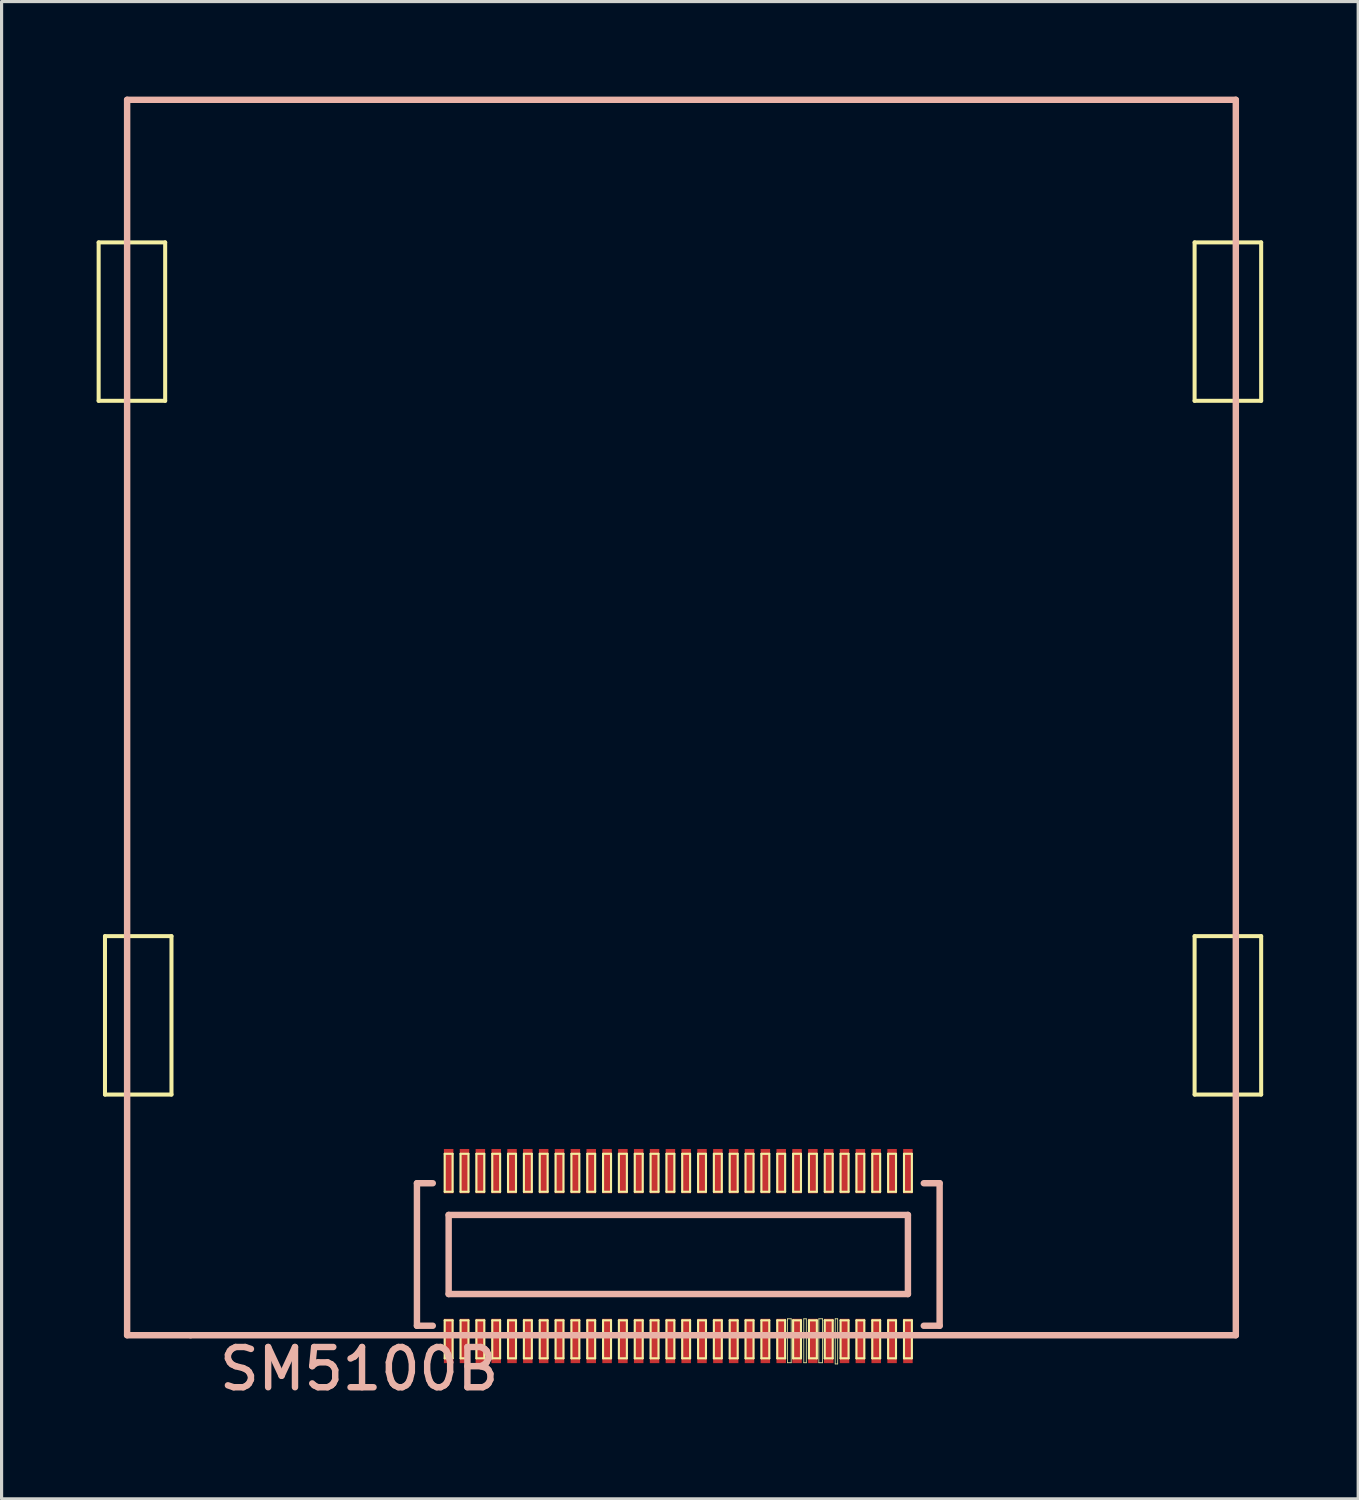
<source format=kicad_pcb>
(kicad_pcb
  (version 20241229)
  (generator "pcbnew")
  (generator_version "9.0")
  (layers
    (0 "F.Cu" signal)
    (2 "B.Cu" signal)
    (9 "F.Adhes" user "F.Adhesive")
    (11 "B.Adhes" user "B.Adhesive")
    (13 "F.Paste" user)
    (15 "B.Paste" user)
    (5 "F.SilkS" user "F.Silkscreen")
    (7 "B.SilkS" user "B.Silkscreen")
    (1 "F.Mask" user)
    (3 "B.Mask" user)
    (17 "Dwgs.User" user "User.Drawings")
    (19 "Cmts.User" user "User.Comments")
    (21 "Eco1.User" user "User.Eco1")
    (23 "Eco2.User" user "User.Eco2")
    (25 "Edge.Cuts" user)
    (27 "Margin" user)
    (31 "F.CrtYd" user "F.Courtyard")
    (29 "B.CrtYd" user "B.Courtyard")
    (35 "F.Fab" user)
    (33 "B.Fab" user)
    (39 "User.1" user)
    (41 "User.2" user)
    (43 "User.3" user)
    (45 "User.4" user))
  (footprint "SM5100B"
    (layer "F.Cu")
    (at 18.362 36.601)
    (property "Reference" "SM5100B" (at -10.074 3.564 0) (layer "B.SilkS") (effects (font (size 1.27 1.27) (thickness 0.203))))
    (attr smd)
    (fp_line (start -18.298 -31.999) (end -18.298 -26.998) (stroke (width 0.127) (type solid)) (layer "F.SilkS"))
    (fp_line (start -18.298 -26.998) (end -16.198 -26.998) (stroke (width 0.127) (type solid)) (layer "F.SilkS"))
    (fp_line (start -18.098 -10.099) (end -18.098 -5.098) (stroke (width 0.127) (type solid)) (layer "F.SilkS"))
    (fp_line (start -18.098 -5.098) (end -15.999 -5.098) (stroke (width 0.127) (type solid)) (layer "F.SilkS"))
    (fp_line (start -16.198 -31.999) (end -18.298 -31.999) (stroke (width 0.127) (type solid)) (layer "F.SilkS"))
    (fp_line (start -16.198 -26.998) (end -16.198 -31.999) (stroke (width 0.127) (type solid)) (layer "F.SilkS"))
    (fp_line (start -15.999 -10.099) (end -18.098 -10.099) (stroke (width 0.127) (type solid)) (layer "F.SilkS"))
    (fp_line (start -15.999 -5.098) (end -15.999 -10.099) (stroke (width 0.127) (type solid)) (layer "F.SilkS"))
    (fp_line (start -7.374 -3.228) (end -7.125 -3.228) (stroke (width 0.066) (type solid)) (layer "F.SilkS"))
    (fp_line (start -7.374 -2.029) (end -7.374 -3.228) (stroke (width 0.066) (type solid)) (layer "F.SilkS"))
    (fp_line (start -7.374 -2.029) (end -7.125 -2.029) (stroke (width 0.066) (type solid)) (layer "F.SilkS"))
    (fp_line (start -7.374 2.029) (end -7.125 2.029) (stroke (width 0.066) (type solid)) (layer "F.SilkS"))
    (fp_line (start -7.374 3.228) (end -7.374 2.029) (stroke (width 0.066) (type solid)) (layer "F.SilkS"))
    (fp_line (start -7.374 3.228) (end -7.125 3.228) (stroke (width 0.066) (type solid)) (layer "F.SilkS"))
    (fp_line (start -7.125 -2.029) (end -7.125 -3.228) (stroke (width 0.066) (type solid)) (layer "F.SilkS"))
    (fp_line (start -7.125 3.228) (end -7.125 2.029) (stroke (width 0.066) (type solid)) (layer "F.SilkS"))
    (fp_line (start -6.873 -3.228) (end -6.624 -3.228) (stroke (width 0.066) (type solid)) (layer "F.SilkS"))
    (fp_line (start -6.873 -2.029) (end -6.873 -3.228) (stroke (width 0.066) (type solid)) (layer "F.SilkS"))
    (fp_line (start -6.873 -2.029) (end -6.624 -2.029) (stroke (width 0.066) (type solid)) (layer "F.SilkS"))
    (fp_line (start -6.873 2.029) (end -6.624 2.029) (stroke (width 0.066) (type solid)) (layer "F.SilkS"))
    (fp_line (start -6.873 3.228) (end -6.873 2.029) (stroke (width 0.066) (type solid)) (layer "F.SilkS"))
    (fp_line (start -6.873 3.228) (end -6.624 3.228) (stroke (width 0.066) (type solid)) (layer "F.SilkS"))
    (fp_line (start -6.624 -2.029) (end -6.624 -3.228) (stroke (width 0.066) (type solid)) (layer "F.SilkS"))
    (fp_line (start -6.624 3.228) (end -6.624 2.029) (stroke (width 0.066) (type solid)) (layer "F.SilkS"))
    (fp_line (start -6.373 -3.228) (end -6.124 -3.228) (stroke (width 0.066) (type solid)) (layer "F.SilkS"))
    (fp_line (start -6.373 -2.029) (end -6.373 -3.228) (stroke (width 0.066) (type solid)) (layer "F.SilkS"))
    (fp_line (start -6.373 -2.029) (end -6.124 -2.029) (stroke (width 0.066) (type solid)) (layer "F.SilkS"))
    (fp_line (start -6.373 2.029) (end -6.124 2.029) (stroke (width 0.066) (type solid)) (layer "F.SilkS"))
    (fp_line (start -6.373 3.228) (end -6.373 2.029) (stroke (width 0.066) (type solid)) (layer "F.SilkS"))
    (fp_line (start -6.373 3.228) (end -6.124 3.228) (stroke (width 0.066) (type solid)) (layer "F.SilkS"))
    (fp_line (start -6.124 -2.029) (end -6.124 -3.228) (stroke (width 0.066) (type solid)) (layer "F.SilkS"))
    (fp_line (start -6.124 3.228) (end -6.124 2.029) (stroke (width 0.066) (type solid)) (layer "F.SilkS"))
    (fp_line (start -5.872 -3.228) (end -5.624 -3.228) (stroke (width 0.066) (type solid)) (layer "F.SilkS"))
    (fp_line (start -5.872 -2.029) (end -5.872 -3.228) (stroke (width 0.066) (type solid)) (layer "F.SilkS"))
    (fp_line (start -5.872 -2.029) (end -5.624 -2.029) (stroke (width 0.066) (type solid)) (layer "F.SilkS"))
    (fp_line (start -5.872 2.029) (end -5.624 2.029) (stroke (width 0.066) (type solid)) (layer "F.SilkS"))
    (fp_line (start -5.872 3.228) (end -5.872 2.029) (stroke (width 0.066) (type solid)) (layer "F.SilkS"))
    (fp_line (start -5.872 3.228) (end -5.624 3.228) (stroke (width 0.066) (type solid)) (layer "F.SilkS"))
    (fp_line (start -5.624 -2.029) (end -5.624 -3.228) (stroke (width 0.066) (type solid)) (layer "F.SilkS"))
    (fp_line (start -5.624 3.228) (end -5.624 2.029) (stroke (width 0.066) (type solid)) (layer "F.SilkS"))
    (fp_line (start -5.375 -3.228) (end -5.123 -3.228) (stroke (width 0.066) (type solid)) (layer "F.SilkS"))
    (fp_line (start -5.375 -2.029) (end -5.375 -3.228) (stroke (width 0.066) (type solid)) (layer "F.SilkS"))
    (fp_line (start -5.375 -2.029) (end -5.123 -2.029) (stroke (width 0.066) (type solid)) (layer "F.SilkS"))
    (fp_line (start -5.375 2.029) (end -5.123 2.029) (stroke (width 0.066) (type solid)) (layer "F.SilkS"))
    (fp_line (start -5.375 3.228) (end -5.375 2.029) (stroke (width 0.066) (type solid)) (layer "F.SilkS"))
    (fp_line (start -5.375 3.228) (end -5.123 3.228) (stroke (width 0.066) (type solid)) (layer "F.SilkS"))
    (fp_line (start -5.123 -2.029) (end -5.123 -3.228) (stroke (width 0.066) (type solid)) (layer "F.SilkS"))
    (fp_line (start -5.123 3.228) (end -5.123 2.029) (stroke (width 0.066) (type solid)) (layer "F.SilkS"))
    (fp_line (start -4.874 -3.228) (end -4.623 -3.228) (stroke (width 0.066) (type solid)) (layer "F.SilkS"))
    (fp_line (start -4.874 -2.029) (end -4.874 -3.228) (stroke (width 0.066) (type solid)) (layer "F.SilkS"))
    (fp_line (start -4.874 -2.029) (end -4.623 -2.029) (stroke (width 0.066) (type solid)) (layer "F.SilkS"))
    (fp_line (start -4.874 2.029) (end -4.623 2.029) (stroke (width 0.066) (type solid)) (layer "F.SilkS"))
    (fp_line (start -4.874 3.228) (end -4.874 2.029) (stroke (width 0.066) (type solid)) (layer "F.SilkS"))
    (fp_line (start -4.874 3.228) (end -4.623 3.228) (stroke (width 0.066) (type solid)) (layer "F.SilkS"))
    (fp_line (start -4.623 -2.029) (end -4.623 -3.228) (stroke (width 0.066) (type solid)) (layer "F.SilkS"))
    (fp_line (start -4.623 3.228) (end -4.623 2.029) (stroke (width 0.066) (type solid)) (layer "F.SilkS"))
    (fp_line (start -4.374 -3.228) (end -4.125 -3.228) (stroke (width 0.066) (type solid)) (layer "F.SilkS"))
    (fp_line (start -4.374 -2.029) (end -4.374 -3.228) (stroke (width 0.066) (type solid)) (layer "F.SilkS"))
    (fp_line (start -4.374 -2.029) (end -4.125 -2.029) (stroke (width 0.066) (type solid)) (layer "F.SilkS"))
    (fp_line (start -4.374 2.029) (end -4.125 2.029) (stroke (width 0.066) (type solid)) (layer "F.SilkS"))
    (fp_line (start -4.374 3.228) (end -4.374 2.029) (stroke (width 0.066) (type solid)) (layer "F.SilkS"))
    (fp_line (start -4.374 3.228) (end -4.125 3.228) (stroke (width 0.066) (type solid)) (layer "F.SilkS"))
    (fp_line (start -4.125 -2.029) (end -4.125 -3.228) (stroke (width 0.066) (type solid)) (layer "F.SilkS"))
    (fp_line (start -4.125 3.228) (end -4.125 2.029) (stroke (width 0.066) (type solid)) (layer "F.SilkS"))
    (fp_line (start -3.873 -3.228) (end -3.625 -3.228) (stroke (width 0.066) (type solid)) (layer "F.SilkS"))
    (fp_line (start -3.873 -2.029) (end -3.873 -3.228) (stroke (width 0.066) (type solid)) (layer "F.SilkS"))
    (fp_line (start -3.873 -2.029) (end -3.625 -2.029) (stroke (width 0.066) (type solid)) (layer "F.SilkS"))
    (fp_line (start -3.873 2.029) (end -3.625 2.029) (stroke (width 0.066) (type solid)) (layer "F.SilkS"))
    (fp_line (start -3.873 3.228) (end -3.873 2.029) (stroke (width 0.066) (type solid)) (layer "F.SilkS"))
    (fp_line (start -3.873 3.228) (end -3.625 3.228) (stroke (width 0.066) (type solid)) (layer "F.SilkS"))
    (fp_line (start -3.625 -2.029) (end -3.625 -3.228) (stroke (width 0.066) (type solid)) (layer "F.SilkS"))
    (fp_line (start -3.625 3.228) (end -3.625 2.029) (stroke (width 0.066) (type solid)) (layer "F.SilkS"))
    (fp_line (start -3.373 -3.228) (end -3.124 -3.228) (stroke (width 0.066) (type solid)) (layer "F.SilkS"))
    (fp_line (start -3.373 -2.029) (end -3.373 -3.228) (stroke (width 0.066) (type solid)) (layer "F.SilkS"))
    (fp_line (start -3.373 -2.029) (end -3.124 -2.029) (stroke (width 0.066) (type solid)) (layer "F.SilkS"))
    (fp_line (start -3.373 2.029) (end -3.124 2.029) (stroke (width 0.066) (type solid)) (layer "F.SilkS"))
    (fp_line (start -3.373 3.228) (end -3.373 2.029) (stroke (width 0.066) (type solid)) (layer "F.SilkS"))
    (fp_line (start -3.373 3.228) (end -3.124 3.228) (stroke (width 0.066) (type solid)) (layer "F.SilkS"))
    (fp_line (start -3.124 -2.029) (end -3.124 -3.228) (stroke (width 0.066) (type solid)) (layer "F.SilkS"))
    (fp_line (start -3.124 3.228) (end -3.124 2.029) (stroke (width 0.066) (type solid)) (layer "F.SilkS"))
    (fp_line (start -2.873 -3.228) (end -2.624 -3.228) (stroke (width 0.066) (type solid)) (layer "F.SilkS"))
    (fp_line (start -2.873 -2.029) (end -2.873 -3.228) (stroke (width 0.066) (type solid)) (layer "F.SilkS"))
    (fp_line (start -2.873 -2.029) (end -2.624 -2.029) (stroke (width 0.066) (type solid)) (layer "F.SilkS"))
    (fp_line (start -2.873 2.029) (end -2.624 2.029) (stroke (width 0.066) (type solid)) (layer "F.SilkS"))
    (fp_line (start -2.873 3.228) (end -2.873 2.029) (stroke (width 0.066) (type solid)) (layer "F.SilkS"))
    (fp_line (start -2.873 3.228) (end -2.624 3.228) (stroke (width 0.066) (type solid)) (layer "F.SilkS"))
    (fp_line (start -2.624 -2.029) (end -2.624 -3.228) (stroke (width 0.066) (type solid)) (layer "F.SilkS"))
    (fp_line (start -2.624 3.228) (end -2.624 2.029) (stroke (width 0.066) (type solid)) (layer "F.SilkS"))
    (fp_line (start -2.375 -3.228) (end -2.123 -3.228) (stroke (width 0.066) (type solid)) (layer "F.SilkS"))
    (fp_line (start -2.375 -2.029) (end -2.375 -3.228) (stroke (width 0.066) (type solid)) (layer "F.SilkS"))
    (fp_line (start -2.375 -2.029) (end -2.123 -2.029) (stroke (width 0.066) (type solid)) (layer "F.SilkS"))
    (fp_line (start -2.375 2.029) (end -2.123 2.029) (stroke (width 0.066) (type solid)) (layer "F.SilkS"))
    (fp_line (start -2.375 3.228) (end -2.375 2.029) (stroke (width 0.066) (type solid)) (layer "F.SilkS"))
    (fp_line (start -2.375 3.228) (end -2.123 3.228) (stroke (width 0.066) (type solid)) (layer "F.SilkS"))
    (fp_line (start -2.123 -2.029) (end -2.123 -3.228) (stroke (width 0.066) (type solid)) (layer "F.SilkS"))
    (fp_line (start -2.123 3.228) (end -2.123 2.029) (stroke (width 0.066) (type solid)) (layer "F.SilkS"))
    (fp_line (start -1.875 -3.228) (end -1.623 -3.228) (stroke (width 0.066) (type solid)) (layer "F.SilkS"))
    (fp_line (start -1.875 -2.029) (end -1.875 -3.228) (stroke (width 0.066) (type solid)) (layer "F.SilkS"))
    (fp_line (start -1.875 -2.029) (end -1.623 -2.029) (stroke (width 0.066) (type solid)) (layer "F.SilkS"))
    (fp_line (start -1.875 2.029) (end -1.623 2.029) (stroke (width 0.066) (type solid)) (layer "F.SilkS"))
    (fp_line (start -1.875 3.228) (end -1.875 2.029) (stroke (width 0.066) (type solid)) (layer "F.SilkS"))
    (fp_line (start -1.875 3.228) (end -1.623 3.228) (stroke (width 0.066) (type solid)) (layer "F.SilkS"))
    (fp_line (start -1.623 -2.029) (end -1.623 -3.228) (stroke (width 0.066) (type solid)) (layer "F.SilkS"))
    (fp_line (start -1.623 3.228) (end -1.623 2.029) (stroke (width 0.066) (type solid)) (layer "F.SilkS"))
    (fp_line (start -1.374 -3.228) (end -1.123 -3.228) (stroke (width 0.066) (type solid)) (layer "F.SilkS"))
    (fp_line (start -1.374 -2.029) (end -1.374 -3.228) (stroke (width 0.066) (type solid)) (layer "F.SilkS"))
    (fp_line (start -1.374 -2.029) (end -1.123 -2.029) (stroke (width 0.066) (type solid)) (layer "F.SilkS"))
    (fp_line (start -1.374 2.029) (end -1.123 2.029) (stroke (width 0.066) (type solid)) (layer "F.SilkS"))
    (fp_line (start -1.374 3.228) (end -1.374 2.029) (stroke (width 0.066) (type solid)) (layer "F.SilkS"))
    (fp_line (start -1.374 3.228) (end -1.123 3.228) (stroke (width 0.066) (type solid)) (layer "F.SilkS"))
    (fp_line (start -1.123 -2.029) (end -1.123 -3.228) (stroke (width 0.066) (type solid)) (layer "F.SilkS"))
    (fp_line (start -1.123 3.228) (end -1.123 2.029) (stroke (width 0.066) (type solid)) (layer "F.SilkS"))
    (fp_line (start -0.874 -3.228) (end -0.625 -3.228) (stroke (width 0.066) (type solid)) (layer "F.SilkS"))
    (fp_line (start -0.874 -2.029) (end -0.874 -3.228) (stroke (width 0.066) (type solid)) (layer "F.SilkS"))
    (fp_line (start -0.874 -2.029) (end -0.625 -2.029) (stroke (width 0.066) (type solid)) (layer "F.SilkS"))
    (fp_line (start -0.874 2.029) (end -0.625 2.029) (stroke (width 0.066) (type solid)) (layer "F.SilkS"))
    (fp_line (start -0.874 3.228) (end -0.874 2.029) (stroke (width 0.066) (type solid)) (layer "F.SilkS"))
    (fp_line (start -0.874 3.228) (end -0.625 3.228) (stroke (width 0.066) (type solid)) (layer "F.SilkS"))
    (fp_line (start -0.625 -2.029) (end -0.625 -3.228) (stroke (width 0.066) (type solid)) (layer "F.SilkS"))
    (fp_line (start -0.625 3.228) (end -0.625 2.029) (stroke (width 0.066) (type solid)) (layer "F.SilkS"))
    (fp_line (start -0.373 -3.228) (end -0.124 -3.228) (stroke (width 0.066) (type solid)) (layer "F.SilkS"))
    (fp_line (start -0.373 -2.029) (end -0.373 -3.228) (stroke (width 0.066) (type solid)) (layer "F.SilkS"))
    (fp_line (start -0.373 -2.029) (end -0.124 -2.029) (stroke (width 0.066) (type solid)) (layer "F.SilkS"))
    (fp_line (start -0.373 2.029) (end -0.124 2.029) (stroke (width 0.066) (type solid)) (layer "F.SilkS"))
    (fp_line (start -0.373 3.228) (end -0.373 2.029) (stroke (width 0.066) (type solid)) (layer "F.SilkS"))
    (fp_line (start -0.373 3.228) (end -0.124 3.228) (stroke (width 0.066) (type solid)) (layer "F.SilkS"))
    (fp_line (start -0.124 -2.029) (end -0.124 -3.228) (stroke (width 0.066) (type solid)) (layer "F.SilkS"))
    (fp_line (start -0.124 3.228) (end -0.124 2.029) (stroke (width 0.066) (type solid)) (layer "F.SilkS"))
    (fp_line (start 0.124 -3.228) (end 0.373 -3.228) (stroke (width 0.066) (type solid)) (layer "F.SilkS"))
    (fp_line (start 0.124 -2.029) (end 0.124 -3.228) (stroke (width 0.066) (type solid)) (layer "F.SilkS"))
    (fp_line (start 0.124 -2.029) (end 0.373 -2.029) (stroke (width 0.066) (type solid)) (layer "F.SilkS"))
    (fp_line (start 0.124 2.029) (end 0.373 2.029) (stroke (width 0.066) (type solid)) (layer "F.SilkS"))
    (fp_line (start 0.124 3.228) (end 0.124 2.029) (stroke (width 0.066) (type solid)) (layer "F.SilkS"))
    (fp_line (start 0.124 3.228) (end 0.373 3.228) (stroke (width 0.066) (type solid)) (layer "F.SilkS"))
    (fp_line (start 0.373 -2.029) (end 0.373 -3.228) (stroke (width 0.066) (type solid)) (layer "F.SilkS"))
    (fp_line (start 0.373 3.228) (end 0.373 2.029) (stroke (width 0.066) (type solid)) (layer "F.SilkS"))
    (fp_line (start 0.625 -3.228) (end 0.874 -3.228) (stroke (width 0.066) (type solid)) (layer "F.SilkS"))
    (fp_line (start 0.625 -2.029) (end 0.625 -3.228) (stroke (width 0.066) (type solid)) (layer "F.SilkS"))
    (fp_line (start 0.625 -2.029) (end 0.874 -2.029) (stroke (width 0.066) (type solid)) (layer "F.SilkS"))
    (fp_line (start 0.625 2.029) (end 0.874 2.029) (stroke (width 0.066) (type solid)) (layer "F.SilkS"))
    (fp_line (start 0.625 3.228) (end 0.625 2.029) (stroke (width 0.066) (type solid)) (layer "F.SilkS"))
    (fp_line (start 0.625 3.228) (end 0.874 3.228) (stroke (width 0.066) (type solid)) (layer "F.SilkS"))
    (fp_line (start 0.874 -2.029) (end 0.874 -3.228) (stroke (width 0.066) (type solid)) (layer "F.SilkS"))
    (fp_line (start 0.874 3.228) (end 0.874 2.029) (stroke (width 0.066) (type solid)) (layer "F.SilkS"))
    (fp_line (start 1.123 -3.228) (end 1.374 -3.228) (stroke (width 0.066) (type solid)) (layer "F.SilkS"))
    (fp_line (start 1.123 -2.029) (end 1.123 -3.228) (stroke (width 0.066) (type solid)) (layer "F.SilkS"))
    (fp_line (start 1.123 -2.029) (end 1.374 -2.029) (stroke (width 0.066) (type solid)) (layer "F.SilkS"))
    (fp_line (start 1.123 2.029) (end 1.374 2.029) (stroke (width 0.066) (type solid)) (layer "F.SilkS"))
    (fp_line (start 1.123 3.228) (end 1.123 2.029) (stroke (width 0.066) (type solid)) (layer "F.SilkS"))
    (fp_line (start 1.123 3.228) (end 1.374 3.228) (stroke (width 0.066) (type solid)) (layer "F.SilkS"))
    (fp_line (start 1.374 -2.029) (end 1.374 -3.228) (stroke (width 0.066) (type solid)) (layer "F.SilkS"))
    (fp_line (start 1.374 3.228) (end 1.374 2.029) (stroke (width 0.066) (type solid)) (layer "F.SilkS"))
    (fp_line (start 1.623 -3.228) (end 1.875 -3.228) (stroke (width 0.066) (type solid)) (layer "F.SilkS"))
    (fp_line (start 1.623 -2.029) (end 1.623 -3.228) (stroke (width 0.066) (type solid)) (layer "F.SilkS"))
    (fp_line (start 1.623 -2.029) (end 1.875 -2.029) (stroke (width 0.066) (type solid)) (layer "F.SilkS"))
    (fp_line (start 1.623 2.029) (end 1.875 2.029) (stroke (width 0.066) (type solid)) (layer "F.SilkS"))
    (fp_line (start 1.623 3.228) (end 1.623 2.029) (stroke (width 0.066) (type solid)) (layer "F.SilkS"))
    (fp_line (start 1.623 3.228) (end 1.875 3.228) (stroke (width 0.066) (type solid)) (layer "F.SilkS"))
    (fp_line (start 1.875 -2.029) (end 1.875 -3.228) (stroke (width 0.066) (type solid)) (layer "F.SilkS"))
    (fp_line (start 1.875 3.228) (end 1.875 2.029) (stroke (width 0.066) (type solid)) (layer "F.SilkS"))
    (fp_line (start 2.123 -3.228) (end 2.375 -3.228) (stroke (width 0.066) (type solid)) (layer "F.SilkS"))
    (fp_line (start 2.123 -2.029) (end 2.123 -3.228) (stroke (width 0.066) (type solid)) (layer "F.SilkS"))
    (fp_line (start 2.123 -2.029) (end 2.375 -2.029) (stroke (width 0.066) (type solid)) (layer "F.SilkS"))
    (fp_line (start 2.123 2.029) (end 2.375 2.029) (stroke (width 0.066) (type solid)) (layer "F.SilkS"))
    (fp_line (start 2.123 3.228) (end 2.123 2.029) (stroke (width 0.066) (type solid)) (layer "F.SilkS"))
    (fp_line (start 2.123 3.228) (end 2.375 3.228) (stroke (width 0.066) (type solid)) (layer "F.SilkS"))
    (fp_line (start 2.375 -2.029) (end 2.375 -3.228) (stroke (width 0.066) (type solid)) (layer "F.SilkS"))
    (fp_line (start 2.375 3.228) (end 2.375 2.029) (stroke (width 0.066) (type solid)) (layer "F.SilkS"))
    (fp_line (start 2.624 -3.228) (end 2.873 -3.228) (stroke (width 0.066) (type solid)) (layer "F.SilkS"))
    (fp_line (start 2.624 -2.029) (end 2.624 -3.228) (stroke (width 0.066) (type solid)) (layer "F.SilkS"))
    (fp_line (start 2.624 -2.029) (end 2.873 -2.029) (stroke (width 0.066) (type solid)) (layer "F.SilkS"))
    (fp_line (start 2.624 2.029) (end 2.873 2.029) (stroke (width 0.066) (type solid)) (layer "F.SilkS"))
    (fp_line (start 2.624 3.228) (end 2.624 2.029) (stroke (width 0.066) (type solid)) (layer "F.SilkS"))
    (fp_line (start 2.624 3.228) (end 2.873 3.228) (stroke (width 0.066) (type solid)) (layer "F.SilkS"))
    (fp_line (start 2.873 -2.029) (end 2.873 -3.228) (stroke (width 0.066) (type solid)) (layer "F.SilkS"))
    (fp_line (start 2.873 3.228) (end 2.873 2.029) (stroke (width 0.066) (type solid)) (layer "F.SilkS"))
    (fp_line (start 3.124 -3.228) (end 3.373 -3.228) (stroke (width 0.066) (type solid)) (layer "F.SilkS"))
    (fp_line (start 3.124 -2.029) (end 3.124 -3.228) (stroke (width 0.066) (type solid)) (layer "F.SilkS"))
    (fp_line (start 3.124 -2.029) (end 3.373 -2.029) (stroke (width 0.066) (type solid)) (layer "F.SilkS"))
    (fp_line (start 3.124 2.029) (end 3.373 2.029) (stroke (width 0.066) (type solid)) (layer "F.SilkS"))
    (fp_line (start 3.124 3.228) (end 3.124 2.029) (stroke (width 0.066) (type solid)) (layer "F.SilkS"))
    (fp_line (start 3.124 3.228) (end 3.373 3.228) (stroke (width 0.066) (type solid)) (layer "F.SilkS"))
    (fp_line (start 3.373 -2.029) (end 3.373 -3.228) (stroke (width 0.066) (type solid)) (layer "F.SilkS"))
    (fp_line (start 3.373 3.228) (end 3.373 2.029) (stroke (width 0.066) (type solid)) (layer "F.SilkS"))
    (fp_line (start 3.447 1.981) (end 3.564 1.981) (stroke (width 0.025) (type solid)) (layer "F.SilkS"))
    (fp_line (start 3.447 2.019) (end 3.447 1.981) (stroke (width 0.025) (type solid)) (layer "F.SilkS"))
    (fp_line (start 3.447 3.368) (end 3.447 2.019) (stroke (width 0.025) (type solid)) (layer "F.SilkS"))
    (fp_line (start 3.564 1.981) (end 3.564 3.368) (stroke (width 0.025) (type solid)) (layer "F.SilkS"))
    (fp_line (start 3.564 3.368) (end 3.447 3.368) (stroke (width 0.025) (type solid)) (layer "F.SilkS"))
    (fp_line (start 3.625 -3.228) (end 3.873 -3.228) (stroke (width 0.066) (type solid)) (layer "F.SilkS"))
    (fp_line (start 3.625 -2.029) (end 3.625 -3.228) (stroke (width 0.066) (type solid)) (layer "F.SilkS"))
    (fp_line (start 3.625 -2.029) (end 3.873 -2.029) (stroke (width 0.066) (type solid)) (layer "F.SilkS"))
    (fp_line (start 3.625 2.029) (end 3.873 2.029) (stroke (width 0.066) (type solid)) (layer "F.SilkS"))
    (fp_line (start 3.625 3.228) (end 3.625 2.029) (stroke (width 0.066) (type solid)) (layer "F.SilkS"))
    (fp_line (start 3.625 3.228) (end 3.873 3.228) (stroke (width 0.066) (type solid)) (layer "F.SilkS"))
    (fp_line (start 3.873 -2.029) (end 3.873 -3.228) (stroke (width 0.066) (type solid)) (layer "F.SilkS"))
    (fp_line (start 3.873 3.228) (end 3.873 2.029) (stroke (width 0.066) (type solid)) (layer "F.SilkS"))
    (fp_line (start 3.962 1.981) (end 4.041 1.981) (stroke (width 0.025) (type solid)) (layer "F.SilkS"))
    (fp_line (start 3.962 3.368) (end 3.962 1.981) (stroke (width 0.025) (type solid)) (layer "F.SilkS"))
    (fp_line (start 4.041 1.981) (end 4.041 3.368) (stroke (width 0.025) (type solid)) (layer "F.SilkS"))
    (fp_line (start 4.041 3.368) (end 3.962 3.368) (stroke (width 0.025) (type solid)) (layer "F.SilkS"))
    (fp_line (start 4.125 -3.228) (end 4.374 -3.228) (stroke (width 0.066) (type solid)) (layer "F.SilkS"))
    (fp_line (start 4.125 -2.029) (end 4.125 -3.228) (stroke (width 0.066) (type solid)) (layer "F.SilkS"))
    (fp_line (start 4.125 -2.029) (end 4.374 -2.029) (stroke (width 0.066) (type solid)) (layer "F.SilkS"))
    (fp_line (start 4.125 2.029) (end 4.374 2.029) (stroke (width 0.066) (type solid)) (layer "F.SilkS"))
    (fp_line (start 4.125 3.228) (end 4.125 2.029) (stroke (width 0.066) (type solid)) (layer "F.SilkS"))
    (fp_line (start 4.125 3.228) (end 4.374 3.228) (stroke (width 0.066) (type solid)) (layer "F.SilkS"))
    (fp_line (start 4.374 -2.029) (end 4.374 -3.228) (stroke (width 0.066) (type solid)) (layer "F.SilkS"))
    (fp_line (start 4.374 3.228) (end 4.374 2.029) (stroke (width 0.066) (type solid)) (layer "F.SilkS"))
    (fp_line (start 4.437 1.981) (end 4.554 1.981) (stroke (width 0.025) (type solid)) (layer "F.SilkS"))
    (fp_line (start 4.437 3.368) (end 4.437 1.981) (stroke (width 0.025) (type solid)) (layer "F.SilkS"))
    (fp_line (start 4.554 1.981) (end 4.554 3.368) (stroke (width 0.025) (type solid)) (layer "F.SilkS"))
    (fp_line (start 4.554 3.368) (end 4.437 3.368) (stroke (width 0.025) (type solid)) (layer "F.SilkS"))
    (fp_line (start 4.623 -3.228) (end 4.874 -3.228) (stroke (width 0.066) (type solid)) (layer "F.SilkS"))
    (fp_line (start 4.623 -2.029) (end 4.623 -3.228) (stroke (width 0.066) (type solid)) (layer "F.SilkS"))
    (fp_line (start 4.623 -2.029) (end 4.874 -2.029) (stroke (width 0.066) (type solid)) (layer "F.SilkS"))
    (fp_line (start 4.623 2.029) (end 4.874 2.029) (stroke (width 0.066) (type solid)) (layer "F.SilkS"))
    (fp_line (start 4.623 3.228) (end 4.623 2.029) (stroke (width 0.066) (type solid)) (layer "F.SilkS"))
    (fp_line (start 4.623 3.228) (end 4.874 3.228) (stroke (width 0.066) (type solid)) (layer "F.SilkS"))
    (fp_line (start 4.874 -2.029) (end 4.874 -3.228) (stroke (width 0.066) (type solid)) (layer "F.SilkS"))
    (fp_line (start 4.874 3.228) (end 4.874 2.029) (stroke (width 0.066) (type solid)) (layer "F.SilkS"))
    (fp_line (start 4.953 1.981) (end 4.953 3.406) (stroke (width 0.025) (type solid)) (layer "F.SilkS"))
    (fp_line (start 4.953 3.406) (end 5.032 3.406) (stroke (width 0.025) (type solid)) (layer "F.SilkS"))
    (fp_line (start 5.032 1.981) (end 4.953 1.981) (stroke (width 0.025) (type solid)) (layer "F.SilkS"))
    (fp_line (start 5.032 3.406) (end 5.032 1.981) (stroke (width 0.025) (type solid)) (layer "F.SilkS"))
    (fp_line (start 5.123 -3.228) (end 5.375 -3.228) (stroke (width 0.066) (type solid)) (layer "F.SilkS"))
    (fp_line (start 5.123 -2.029) (end 5.123 -3.228) (stroke (width 0.066) (type solid)) (layer "F.SilkS"))
    (fp_line (start 5.123 -2.029) (end 5.375 -2.029) (stroke (width 0.066) (type solid)) (layer "F.SilkS"))
    (fp_line (start 5.123 2.029) (end 5.375 2.029) (stroke (width 0.066) (type solid)) (layer "F.SilkS"))
    (fp_line (start 5.123 3.228) (end 5.123 2.029) (stroke (width 0.066) (type solid)) (layer "F.SilkS"))
    (fp_line (start 5.123 3.228) (end 5.375 3.228) (stroke (width 0.066) (type solid)) (layer "F.SilkS"))
    (fp_line (start 5.375 -2.029) (end 5.375 -3.228) (stroke (width 0.066) (type solid)) (layer "F.SilkS"))
    (fp_line (start 5.375 3.228) (end 5.375 2.029) (stroke (width 0.066) (type solid)) (layer "F.SilkS"))
    (fp_line (start 5.624 -3.228) (end 5.872 -3.228) (stroke (width 0.066) (type solid)) (layer "F.SilkS"))
    (fp_line (start 5.624 -2.029) (end 5.624 -3.228) (stroke (width 0.066) (type solid)) (layer "F.SilkS"))
    (fp_line (start 5.624 -2.029) (end 5.872 -2.029) (stroke (width 0.066) (type solid)) (layer "F.SilkS"))
    (fp_line (start 5.624 2.029) (end 5.872 2.029) (stroke (width 0.066) (type solid)) (layer "F.SilkS"))
    (fp_line (start 5.624 3.228) (end 5.624 2.029) (stroke (width 0.066) (type solid)) (layer "F.SilkS"))
    (fp_line (start 5.624 3.228) (end 5.872 3.228) (stroke (width 0.066) (type solid)) (layer "F.SilkS"))
    (fp_line (start 5.872 -2.029) (end 5.872 -3.228) (stroke (width 0.066) (type solid)) (layer "F.SilkS"))
    (fp_line (start 5.872 3.228) (end 5.872 2.029) (stroke (width 0.066) (type solid)) (layer "F.SilkS"))
    (fp_line (start 6.124 -3.228) (end 6.373 -3.228) (stroke (width 0.066) (type solid)) (layer "F.SilkS"))
    (fp_line (start 6.124 -2.029) (end 6.124 -3.228) (stroke (width 0.066) (type solid)) (layer "F.SilkS"))
    (fp_line (start 6.124 -2.029) (end 6.373 -2.029) (stroke (width 0.066) (type solid)) (layer "F.SilkS"))
    (fp_line (start 6.124 2.029) (end 6.373 2.029) (stroke (width 0.066) (type solid)) (layer "F.SilkS"))
    (fp_line (start 6.124 3.228) (end 6.124 2.029) (stroke (width 0.066) (type solid)) (layer "F.SilkS"))
    (fp_line (start 6.124 3.228) (end 6.373 3.228) (stroke (width 0.066) (type solid)) (layer "F.SilkS"))
    (fp_line (start 6.373 -2.029) (end 6.373 -3.228) (stroke (width 0.066) (type solid)) (layer "F.SilkS"))
    (fp_line (start 6.373 3.228) (end 6.373 2.029) (stroke (width 0.066) (type solid)) (layer "F.SilkS"))
    (fp_line (start 6.624 -3.228) (end 6.873 -3.228) (stroke (width 0.066) (type solid)) (layer "F.SilkS"))
    (fp_line (start 6.624 -2.029) (end 6.624 -3.228) (stroke (width 0.066) (type solid)) (layer "F.SilkS"))
    (fp_line (start 6.624 -2.029) (end 6.873 -2.029) (stroke (width 0.066) (type solid)) (layer "F.SilkS"))
    (fp_line (start 6.624 2.029) (end 6.873 2.029) (stroke (width 0.066) (type solid)) (layer "F.SilkS"))
    (fp_line (start 6.624 3.228) (end 6.624 2.029) (stroke (width 0.066) (type solid)) (layer "F.SilkS"))
    (fp_line (start 6.624 3.228) (end 6.873 3.228) (stroke (width 0.066) (type solid)) (layer "F.SilkS"))
    (fp_line (start 6.873 -2.029) (end 6.873 -3.228) (stroke (width 0.066) (type solid)) (layer "F.SilkS"))
    (fp_line (start 6.873 3.228) (end 6.873 2.029) (stroke (width 0.066) (type solid)) (layer "F.SilkS"))
    (fp_line (start 7.125 -3.228) (end 7.374 -3.228) (stroke (width 0.066) (type solid)) (layer "F.SilkS"))
    (fp_line (start 7.125 -2.029) (end 7.125 -3.228) (stroke (width 0.066) (type solid)) (layer "F.SilkS"))
    (fp_line (start 7.125 -2.029) (end 7.374 -2.029) (stroke (width 0.066) (type solid)) (layer "F.SilkS"))
    (fp_line (start 7.125 2.029) (end 7.374 2.029) (stroke (width 0.066) (type solid)) (layer "F.SilkS"))
    (fp_line (start 7.125 3.228) (end 7.125 2.029) (stroke (width 0.066) (type solid)) (layer "F.SilkS"))
    (fp_line (start 7.125 3.228) (end 7.374 3.228) (stroke (width 0.066) (type solid)) (layer "F.SilkS"))
    (fp_line (start 7.374 -2.029) (end 7.374 -3.228) (stroke (width 0.066) (type solid)) (layer "F.SilkS"))
    (fp_line (start 7.374 3.228) (end 7.374 2.029) (stroke (width 0.066) (type solid)) (layer "F.SilkS"))
    (fp_line (start 16.299 -31.999) (end 16.299 -26.998) (stroke (width 0.127) (type solid)) (layer "F.SilkS"))
    (fp_line (start 16.299 -26.998) (end 18.4 -26.998) (stroke (width 0.127) (type solid)) (layer "F.SilkS"))
    (fp_line (start 16.299 -10.099) (end 16.299 -5.098) (stroke (width 0.127) (type solid)) (layer "F.SilkS"))
    (fp_line (start 16.299 -5.098) (end 18.4 -5.098) (stroke (width 0.127) (type solid)) (layer "F.SilkS"))
    (fp_line (start 18.4 -31.999) (end 16.299 -31.999) (stroke (width 0.127) (type solid)) (layer "F.SilkS"))
    (fp_line (start 18.4 -26.998) (end 18.4 -31.999) (stroke (width 0.127) (type solid)) (layer "F.SilkS"))
    (fp_line (start 18.4 -10.099) (end 16.299 -10.099) (stroke (width 0.127) (type solid)) (layer "F.SilkS"))
    (fp_line (start 18.4 -5.098) (end 18.4 -10.099) (stroke (width 0.127) (type solid)) (layer "F.SilkS"))
    (fp_line (start -17.399 -36.5) (end 17.6 -36.5) (stroke (width 0.203) (type solid)) (layer "B.SilkS"))
    (fp_line (start -17.399 2.499) (end -17.399 -36.5) (stroke (width 0.203) (type solid)) (layer "B.SilkS"))
    (fp_line (start -15.397 2.499) (end -17.399 2.499) (stroke (width 0.203) (type solid)) (layer "B.SilkS"))
    (fp_line (start -8.25 -2.299) (end -8.25 2.2) (stroke (width 0.203) (type solid)) (layer "B.SilkS"))
    (fp_line (start -8.25 2.2) (end -7.75 2.2) (stroke (width 0.203) (type solid)) (layer "B.SilkS"))
    (fp_line (start -7.75 -2.299) (end -8.25 -2.299) (stroke (width 0.203) (type solid)) (layer "B.SilkS"))
    (fp_line (start -7.249 -1.298) (end 7.249 -1.298) (stroke (width 0.203) (type solid)) (layer "B.SilkS"))
    (fp_line (start -7.249 1.199) (end -7.249 -1.298) (stroke (width 0.203) (type solid)) (layer "B.SilkS"))
    (fp_line (start 7.249 -1.298) (end 7.249 1.199) (stroke (width 0.203) (type solid)) (layer "B.SilkS"))
    (fp_line (start 7.249 1.199) (end -7.249 1.199) (stroke (width 0.203) (type solid)) (layer "B.SilkS"))
    (fp_line (start 7.75 -2.299) (end 8.25 -2.299) (stroke (width 0.203) (type solid)) (layer "B.SilkS"))
    (fp_line (start 8.25 -2.299) (end 8.25 2.2) (stroke (width 0.203) (type solid)) (layer "B.SilkS"))
    (fp_line (start 8.25 2.2) (end 7.75 2.2) (stroke (width 0.203) (type solid)) (layer "B.SilkS"))
    (fp_line (start 17.6 -36.5) (end 17.6 2.499) (stroke (width 0.203) (type solid)) (layer "B.SilkS"))
    (fp_line (start 17.6 2.499) (end -15.397 2.499) (stroke (width 0.203) (type solid)) (layer "B.SilkS"))
    (pad "1" smd rect (at 7.249 2.68 180) (size 0.3 1.4) (layers "F.Cu" "F.Mask" "F.Paste"))
    (pad "2" smd rect (at 7.249 -2.68 180) (size 0.3 1.4) (layers "F.Cu" "F.Mask" "F.Paste"))
    (pad "3" smd rect (at 6.749 2.68 180) (size 0.3 1.4) (layers "F.Cu" "F.Mask" "F.Paste"))
    (pad "4" smd rect (at 6.749 -2.68 180) (size 0.3 1.4) (layers "F.Cu" "F.Mask" "F.Paste"))
    (pad "5" smd rect (at 6.248 2.68 180) (size 0.3 1.4) (layers "F.Cu" "F.Mask" "F.Paste"))
    (pad "6" smd rect (at 6.248 -2.68 180) (size 0.3 1.4) (layers "F.Cu" "F.Mask" "F.Paste"))
    (pad "7" smd rect (at 5.748 2.68 180) (size 0.3 1.4) (layers "F.Cu" "F.Mask" "F.Paste"))
    (pad "8" smd rect (at 5.748 -2.68 180) (size 0.3 1.4) (layers "F.Cu" "F.Mask" "F.Paste"))
    (pad "9" smd rect (at 5.248 2.68 180) (size 0.3 1.4) (layers "F.Cu" "F.Mask" "F.Paste"))
    (pad "10" smd rect (at 5.248 -2.68 180) (size 0.3 1.4) (layers "F.Cu" "F.Mask" "F.Paste"))
    (pad "11" smd rect (at 4.75 2.68 180) (size 0.3 1.4) (layers "F.Cu" "F.Mask" "F.Paste"))
    (pad "12" smd rect (at 4.75 -2.68 180) (size 0.3 1.4) (layers "F.Cu" "F.Mask" "F.Paste"))
    (pad "13" smd rect (at 4.249 2.68 180) (size 0.3 1.4) (layers "F.Cu" "F.Mask" "F.Paste"))
    (pad "14" smd rect (at 4.249 -2.68 180) (size 0.3 1.4) (layers "F.Cu" "F.Mask" "F.Paste"))
    (pad "15" smd rect (at 3.749 2.68 180) (size 0.3 1.4) (layers "F.Cu" "F.Mask" "F.Paste"))
    (pad "16" smd rect (at 3.749 -2.68 180) (size 0.3 1.4) (layers "F.Cu" "F.Mask" "F.Paste"))
    (pad "17" smd rect (at 3.249 2.68 180) (size 0.3 1.4) (layers "F.Cu" "F.Mask" "F.Paste"))
    (pad "18" smd rect (at 3.249 -2.68 180) (size 0.3 1.4) (layers "F.Cu" "F.Mask" "F.Paste"))
    (pad "19" smd rect (at 2.748 2.68 180) (size 0.3 1.4) (layers "F.Cu" "F.Mask" "F.Paste"))
    (pad "20" smd rect (at 2.748 -2.68 180) (size 0.3 1.4) (layers "F.Cu" "F.Mask" "F.Paste"))
    (pad "21" smd rect (at 2.248 2.68 180) (size 0.3 1.4) (layers "F.Cu" "F.Mask" "F.Paste"))
    (pad "22" smd rect (at 2.248 -2.68 180) (size 0.3 1.4) (layers "F.Cu" "F.Mask" "F.Paste"))
    (pad "23" smd rect (at 1.748 2.68 180) (size 0.3 1.4) (layers "F.Cu" "F.Mask" "F.Paste"))
    (pad "24" smd rect (at 1.748 -2.68 180) (size 0.3 1.4) (layers "F.Cu" "F.Mask" "F.Paste"))
    (pad "25" smd rect (at 1.25 2.68 180) (size 0.3 1.4) (layers "F.Cu" "F.Mask" "F.Paste"))
    (pad "26" smd rect (at 1.25 -2.68 180) (size 0.3 1.4) (layers "F.Cu" "F.Mask" "F.Paste"))
    (pad "27" smd rect (at 0.749 2.68 180) (size 0.3 1.4) (layers "F.Cu" "F.Mask" "F.Paste"))
    (pad "28" smd rect (at 0.749 -2.68 180) (size 0.3 1.4) (layers "F.Cu" "F.Mask" "F.Paste"))
    (pad "29" smd rect (at 0.249 2.68 180) (size 0.3 1.4) (layers "F.Cu" "F.Mask" "F.Paste"))
    (pad "30" smd rect (at 0.249 -2.68 180) (size 0.3 1.4) (layers "F.Cu" "F.Mask" "F.Paste"))
    (pad "31" smd rect (at -0.249 2.68 180) (size 0.3 1.4) (layers "F.Cu" "F.Mask" "F.Paste"))
    (pad "32" smd rect (at -0.249 -2.68 180) (size 0.3 1.4) (layers "F.Cu" "F.Mask" "F.Paste"))
    (pad "33" smd rect (at -0.749 2.68 180) (size 0.3 1.4) (layers "F.Cu" "F.Mask" "F.Paste"))
    (pad "34" smd rect (at -0.749 -2.68 180) (size 0.3 1.4) (layers "F.Cu" "F.Mask" "F.Paste"))
    (pad "35" smd rect (at -1.25 2.68 180) (size 0.3 1.4) (layers "F.Cu" "F.Mask" "F.Paste"))
    (pad "36" smd rect (at -1.25 -2.68 180) (size 0.3 1.4) (layers "F.Cu" "F.Mask" "F.Paste"))
    (pad "37" smd rect (at -1.748 2.68 180) (size 0.3 1.4) (layers "F.Cu" "F.Mask" "F.Paste"))
    (pad "38" smd rect (at -1.748 -2.68 180) (size 0.3 1.4) (layers "F.Cu" "F.Mask" "F.Paste"))
    (pad "39" smd rect (at -2.248 2.68 180) (size 0.3 1.4) (layers "F.Cu" "F.Mask" "F.Paste"))
    (pad "40" smd rect (at -2.248 -2.68 180) (size 0.3 1.4) (layers "F.Cu" "F.Mask" "F.Paste"))
    (pad "41" smd rect (at -2.748 2.68 180) (size 0.3 1.4) (layers "F.Cu" "F.Mask" "F.Paste"))
    (pad "42" smd rect (at -2.748 -2.68 180) (size 0.3 1.4) (layers "F.Cu" "F.Mask" "F.Paste"))
    (pad "43" smd rect (at -3.249 2.68 180) (size 0.3 1.4) (layers "F.Cu" "F.Mask" "F.Paste"))
    (pad "44" smd rect (at -3.249 -2.68 180) (size 0.3 1.4) (layers "F.Cu" "F.Mask" "F.Paste"))
    (pad "45" smd rect (at -3.749 2.68 180) (size 0.3 1.4) (layers "F.Cu" "F.Mask" "F.Paste"))
    (pad "46" smd rect (at -3.749 -2.68 180) (size 0.3 1.4) (layers "F.Cu" "F.Mask" "F.Paste"))
    (pad "47" smd rect (at -4.249 2.68 180) (size 0.3 1.4) (layers "F.Cu" "F.Mask" "F.Paste"))
    (pad "48" smd rect (at -4.249 -2.68 180) (size 0.3 1.4) (layers "F.Cu" "F.Mask" "F.Paste"))
    (pad "49" smd rect (at -4.75 2.68 180) (size 0.3 1.4) (layers "F.Cu" "F.Mask" "F.Paste"))
    (pad "50" smd rect (at -4.75 -2.68 180) (size 0.3 1.4) (layers "F.Cu" "F.Mask" "F.Paste"))
    (pad "51" smd rect (at -5.248 2.68 180) (size 0.3 1.4) (layers "F.Cu" "F.Mask" "F.Paste"))
    (pad "52" smd rect (at -5.248 -2.68 180) (size 0.3 1.4) (layers "F.Cu" "F.Mask" "F.Paste"))
    (pad "53" smd rect (at -5.748 2.68 180) (size 0.3 1.4) (layers "F.Cu" "F.Mask" "F.Paste"))
    (pad "54" smd rect (at -5.748 -2.68 180) (size 0.3 1.4) (layers "F.Cu" "F.Mask" "F.Paste"))
    (pad "55" smd rect (at -6.248 2.68 180) (size 0.3 1.4) (layers "F.Cu" "F.Mask" "F.Paste"))
    (pad "56" smd rect (at -6.248 -2.68 180) (size 0.3 1.4) (layers "F.Cu" "F.Mask" "F.Paste"))
    (pad "57" smd rect (at -6.749 2.68 180) (size 0.3 1.4) (layers "F.Cu" "F.Mask" "F.Paste"))
    (pad "58" smd rect (at -6.749 -2.68 180) (size 0.3 1.4) (layers "F.Cu" "F.Mask" "F.Paste"))
    (pad "59" smd rect (at -7.249 2.68 180) (size 0.3 1.4) (layers "F.Cu" "F.Mask" "F.Paste"))
    (pad "60" smd rect (at -7.249 -2.68 180) (size 0.3 1.4) (layers "F.Cu" "F.Mask" "F.Paste")))
  (gr_rect
    (start -3 -3)
    (end 39.825 44.265)
    (stroke (width 0.1) (type default))
    (fill no)
    (layer "Edge.Cuts")))
</source>
